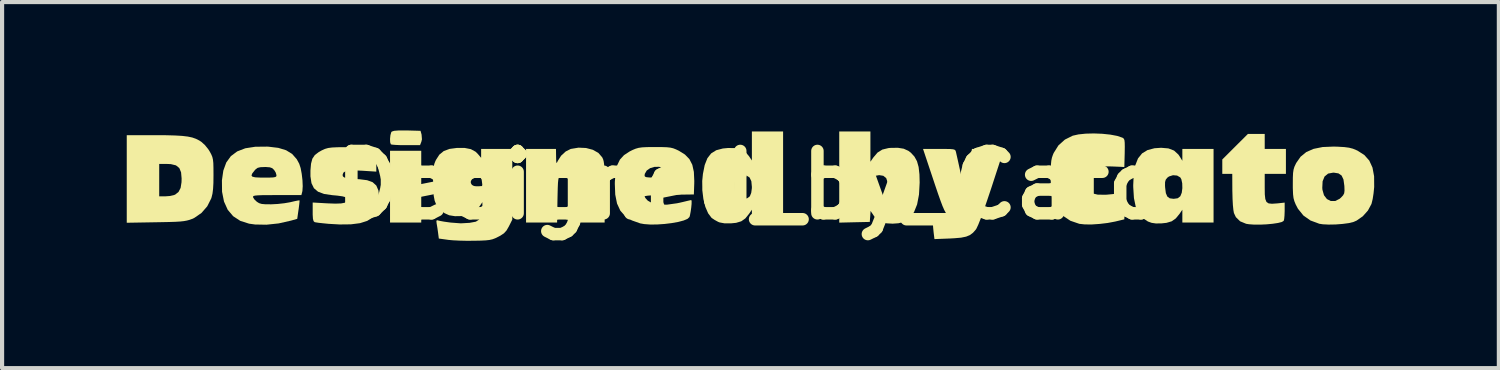
<source format=kicad_pcb>
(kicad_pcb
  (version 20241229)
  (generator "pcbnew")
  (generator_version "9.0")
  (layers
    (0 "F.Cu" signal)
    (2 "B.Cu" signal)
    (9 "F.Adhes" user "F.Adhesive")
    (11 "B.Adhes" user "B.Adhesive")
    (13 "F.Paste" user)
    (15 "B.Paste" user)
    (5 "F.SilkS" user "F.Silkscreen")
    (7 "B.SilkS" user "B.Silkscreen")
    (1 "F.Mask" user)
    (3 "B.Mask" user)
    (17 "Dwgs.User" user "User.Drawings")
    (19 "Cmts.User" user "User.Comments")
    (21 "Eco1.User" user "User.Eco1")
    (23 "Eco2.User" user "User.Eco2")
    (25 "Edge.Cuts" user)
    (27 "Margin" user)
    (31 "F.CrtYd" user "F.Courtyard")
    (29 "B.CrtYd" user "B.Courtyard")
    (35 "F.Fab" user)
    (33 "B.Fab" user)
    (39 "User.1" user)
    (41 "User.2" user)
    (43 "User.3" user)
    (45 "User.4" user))
  (footprint "Designed_by_Cato"
    (layer "F.Cu")
    (at 15.012 1.404)
    (property "Reference" "Designed_by_Cato" (at 0 0 0) (layer "F.SilkS") (effects (font (size 1.5 1.5) (thickness 0.3))))
    (attr board_only exclude_from_pos_files exclude_from_bom)
    (fp_poly (pts (xy -7.926 0.038) (xy -7.926 0.901) (xy -8.302 0.901) (xy -8.677 0.901) (xy -8.677 0.038) (xy -8.677 -0.826) (xy -8.302 -0.826) (xy -7.926 -0.826)) (stroke (width 0) (type solid)) (fill yes) (layer "F.SilkS"))
    (fp_poly (pts (xy -8.268 -1.315) (xy -7.943 -1.306) (xy -7.918 -1.216) (xy -7.909 -1.101) (xy -7.923 -1.043) (xy -7.955 -0.961) (xy -8.296 -0.961) (xy -8.433 -0.962) (xy -8.548 -0.967) (xy -8.627 -0.974) (xy -8.657 -0.981) (xy -8.674 -1.03) (xy -8.677 -1.112) (xy -8.668 -1.2) (xy -8.649 -1.269) (xy -8.635 -1.288) (xy -8.579 -1.306) (xy -8.466 -1.315) (xy -8.297 -1.315)) (stroke (width 0) (type solid)) (fill yes) (layer "F.SilkS"))
    (fp_poly (pts (xy 12.37 -1.051) (xy 12.37 -0.871) (xy 12.625 -0.871) (xy 12.88 -0.871) (xy 12.88 -0.57) (xy 12.88 -0.27) (xy 12.625 -0.27) (xy 12.37 -0.27) (xy 12.37 0.059) (xy 12.372 0.223) (xy 12.384 0.335) (xy 12.412 0.405) (xy 12.463 0.44) (xy 12.543 0.449) (xy 12.661 0.441) (xy 12.675 0.44) (xy 12.85 0.421) (xy 12.85 0.623) (xy 12.846 0.732) (xy 12.838 0.818) (xy 12.826 0.861) (xy 12.781 0.888) (xy 12.689 0.911) (xy 12.563 0.93) (xy 12.417 0.944) (xy 12.265 0.951) (xy 12.119 0.951) (xy 11.993 0.942) (xy 11.923 0.931) (xy 11.778 0.871) (xy 11.676 0.771) (xy 11.629 0.672) (xy 11.616 0.599) (xy 11.604 0.48) (xy 11.596 0.332) (xy 11.592 0.171) (xy 11.591 0.143) (xy 11.589 -0.27) (xy 11.469 -0.27) (xy 11.349 -0.27) (xy 11.349 -0.443) (xy 11.349 -0.617) (xy 11.657 -0.924) (xy 11.965 -1.231) (xy 12.168 -1.231) (xy 12.37 -1.231)) (stroke (width 0) (type solid)) (fill yes) (layer "F.SilkS"))
    (fp_poly (pts (xy -3.961 -0.893) (xy -3.798 -0.85) (xy -3.664 -0.775) (xy -3.573 -0.67) (xy -3.568 -0.661) (xy -3.55 -0.622) (xy -3.537 -0.575) (xy -3.527 -0.512) (xy -3.52 -0.425) (xy -3.516 -0.305) (xy -3.514 -0.145) (xy -3.513 0.064) (xy -3.513 0.172) (xy -3.513 0.901) (xy -3.888 0.901) (xy -4.263 0.901) (xy -4.263 0.382) (xy -4.264 0.184) (xy -4.268 0.037) (xy -4.274 -0.068) (xy -4.285 -0.139) (xy -4.299 -0.185) (xy -4.31 -0.203) (xy -4.38 -0.257) (xy -4.474 -0.268) (xy -4.568 -0.236) (xy -4.58 -0.228) (xy -4.601 -0.208) (xy -4.617 -0.178) (xy -4.628 -0.129) (xy -4.636 -0.052) (xy -4.641 0.061) (xy -4.645 0.219) (xy -4.648 0.358) (xy -4.657 0.901) (xy -5.031 0.901) (xy -5.404 0.901) (xy -5.404 0.015) (xy -5.404 -0.871) (xy -5.044 -0.871) (xy -4.684 -0.871) (xy -4.681 -0.683) (xy -4.679 -0.584) (xy -4.674 -0.537) (xy -4.663 -0.536) (xy -4.644 -0.573) (xy -4.641 -0.581) (xy -4.56 -0.708) (xy -4.449 -0.81) (xy -4.329 -0.87) (xy -4.142 -0.901)) (stroke (width 0) (type solid)) (fill yes) (layer "F.SilkS"))
    (fp_poly (pts (xy -14.063 -1.2) (xy -13.849 -1.194) (xy -13.679 -1.184) (xy -13.544 -1.168) (xy -13.435 -1.145) (xy -13.345 -1.113) (xy -13.265 -1.072) (xy -13.215 -1.039) (xy -13.133 -0.965) (xy -13.051 -0.864) (xy -13.012 -0.802) (xy -12.977 -0.736) (xy -12.953 -0.678) (xy -12.938 -0.614) (xy -12.929 -0.531) (xy -12.926 -0.417) (xy -12.925 -0.256) (xy -12.925 -0.24) (xy -12.927 -0.05) (xy -12.935 0.093) (xy -12.949 0.204) (xy -12.971 0.294) (xy -12.979 0.32) (xy -13.075 0.51) (xy -13.213 0.669) (xy -13.383 0.787) (xy -13.444 0.815) (xy -13.504 0.837) (xy -13.565 0.853) (xy -13.635 0.866) (xy -13.724 0.876) (xy -13.841 0.883) (xy -13.996 0.888) (xy -14.197 0.892) (xy -14.314 0.894) (xy -15.012 0.906) (xy -15.012 -0.147) (xy -15.012 -0.51) (xy -14.231 -0.51) (xy -14.231 -0.12) (xy -14.231 0.27) (xy -14.08 0.27) (xy -13.972 0.262) (xy -13.876 0.24) (xy -13.845 0.227) (xy -13.766 0.164) (xy -13.716 0.068) (xy -13.694 -0.071) (xy -13.692 -0.159) (xy -13.705 -0.308) (xy -13.748 -0.411) (xy -13.828 -0.475) (xy -13.951 -0.505) (xy -14.064 -0.51) (xy -14.231 -0.51) (xy -15.012 -0.51) (xy -15.012 -1.201) (xy -14.328 -1.201)) (stroke (width 0) (type solid)) (fill yes) (layer "F.SilkS"))
    (fp_poly (pts (xy 0.781 -0.195) (xy 0.781 0.901) (xy 0.405 0.901) (xy 0.03 0.901) (xy 0.03 0.746) (xy 0.03 0.592) (xy -0.038 0.691) (xy -0.127 0.801) (xy -0.226 0.871) (xy -0.35 0.908) (xy -0.47 0.92) (xy -0.629 0.92) (xy -0.747 0.898) (xy -0.78 0.885) (xy -0.866 0.839) (xy -0.936 0.791) (xy -0.941 0.787) (xy -1.023 0.678) (xy -1.09 0.523) (xy -1.137 0.334) (xy -1.163 0.122) (xy -1.163 0.045) (xy -0.39 0.045) (xy -0.377 0.184) (xy -0.334 0.274) (xy -0.258 0.321) (xy -0.18 0.33) (xy -0.085 0.318) (xy -0.025 0.275) (xy -0.017 0.264) (xy 0.014 0.187) (xy 0.029 0.078) (xy 0.03 0.045) (xy 0.017 -0.094) (xy -0.026 -0.184) (xy -0.102 -0.231) (xy -0.18 -0.24) (xy -0.283 -0.222) (xy -0.349 -0.164) (xy -0.383 -0.061) (xy -0.39 0.045) (xy -1.163 0.045) (xy -1.165 -0.099) (xy -1.148 -0.269) (xy -1.105 -0.484) (xy -1.041 -0.646) (xy -0.951 -0.762) (xy -0.828 -0.839) (xy -0.668 -0.881) (xy -0.543 -0.893) (xy -0.363 -0.89) (xy -0.226 -0.857) (xy -0.119 -0.79) (xy -0.038 -0.694) (xy 0.03 -0.592) (xy 0.03 -0.941) (xy 0.03 -1.291) (xy 0.405 -1.291) (xy 0.781 -1.291)) (stroke (width 0) (type solid)) (fill yes) (layer "F.SilkS"))
    (fp_poly (pts (xy 2.882 -0.926) (xy 2.882 -0.562) (xy 2.95 -0.661) (xy 3.052 -0.782) (xy 3.169 -0.855) (xy 3.317 -0.891) (xy 3.361 -0.895) (xy 3.542 -0.898) (xy 3.682 -0.876) (xy 3.795 -0.825) (xy 3.857 -0.778) (xy 3.942 -0.685) (xy 4.003 -0.574) (xy 4.042 -0.435) (xy 4.062 -0.257) (xy 4.067 -0.06) (xy 4.051 0.228) (xy 4.006 0.464) (xy 3.931 0.651) (xy 3.826 0.79) (xy 3.689 0.883) (xy 3.672 0.89) (xy 3.559 0.918) (xy 3.417 0.928) (xy 3.273 0.92) (xy 3.153 0.895) (xy 3.133 0.887) (xy 3.055 0.835) (xy 2.98 0.758) (xy 2.962 0.734) (xy 2.886 0.622) (xy 2.877 0.754) (xy 2.867 0.886) (xy 2.499 0.894) (xy 2.132 0.903) (xy 2.132 0.067) (xy 2.878 0.067) (xy 2.884 0.168) (xy 2.905 0.234) (xy 2.95 0.286) (xy 2.96 0.295) (xy 3.057 0.344) (xy 3.159 0.337) (xy 3.24 0.285) (xy 3.266 0.233) (xy 3.288 0.144) (xy 3.296 0.077) (xy 3.295 -0.07) (xy 3.262 -0.168) (xy 3.193 -0.224) (xy 3.092 -0.24) (xy 2.989 -0.221) (xy 2.922 -0.162) (xy 2.886 -0.057) (xy 2.878 0.067) (xy 2.132 0.067) (xy 2.132 -0.194) (xy 2.132 -1.291) (xy 2.507 -1.291) (xy 2.882 -1.291)) (stroke (width 0) (type solid)) (fill yes) (layer "F.SilkS"))
    (fp_poly (pts (xy 10.053 -0.883) (xy 10.188 -0.831) (xy 10.292 -0.736) (xy 10.328 -0.683) (xy 10.388 -0.585) (xy 10.388 -0.728) (xy 10.388 -0.871) (xy 10.763 -0.871) (xy 11.139 -0.871) (xy 11.139 0.015) (xy 11.139 0.901) (xy 10.763 0.901) (xy 10.388 0.901) (xy 10.388 0.746) (xy 10.388 0.592) (xy 10.321 0.691) (xy 10.231 0.801) (xy 10.132 0.871) (xy 10.007 0.908) (xy 9.888 0.921) (xy 9.751 0.923) (xy 9.649 0.908) (xy 9.56 0.876) (xy 9.431 0.792) (xy 9.334 0.673) (xy 9.265 0.515) (xy 9.223 0.312) (xy 9.207 0.059) (xy 9.206 0.018) (xy 9.971 0.018) (xy 9.974 0.061) (xy 9.991 0.193) (xy 10.026 0.275) (xy 10.085 0.318) (xy 10.176 0.33) (xy 10.18 0.33) (xy 10.275 0.317) (xy 10.335 0.272) (xy 10.341 0.264) (xy 10.374 0.183) (xy 10.388 0.073) (xy 10.385 -0.043) (xy 10.364 -0.14) (xy 10.338 -0.185) (xy 10.261 -0.23) (xy 10.163 -0.238) (xy 10.067 -0.208) (xy 10.025 -0.177) (xy 9.988 -0.13) (xy 9.972 -0.072) (xy 9.971 0.018) (xy 9.206 0.018) (xy 9.206 0) (xy 9.218 -0.265) (xy 9.256 -0.477) (xy 9.321 -0.642) (xy 9.419 -0.763) (xy 9.55 -0.843) (xy 9.718 -0.887) (xy 9.878 -0.898)) (stroke (width 0) (type solid)) (fill yes) (layer "F.SilkS"))
    (fp_poly (pts (xy 8.461 -1.235) (xy 8.653 -1.215) (xy 8.819 -1.184) (xy 8.943 -1.142) (xy 8.956 -1.136) (xy 8.979 -1.117) (xy 8.994 -1.083) (xy 9.001 -1.023) (xy 9.003 -0.926) (xy 9.001 -0.78) (xy 9.001 -0.772) (xy 8.992 -0.435) (xy 8.902 -0.44) (xy 8.685 -0.449) (xy 8.495 -0.451) (xy 8.342 -0.445) (xy 8.235 -0.432) (xy 8.192 -0.42) (xy 8.105 -0.349) (xy 8.057 -0.232) (xy 8.046 -0.117) (xy 8.064 0.025) (xy 8.118 0.129) (xy 8.214 0.197) (xy 8.354 0.23) (xy 8.542 0.232) (xy 8.584 0.229) (xy 8.71 0.217) (xy 8.827 0.203) (xy 8.908 0.192) (xy 8.911 0.191) (xy 9.009 0.173) (xy 9.001 0.499) (xy 8.992 0.824) (xy 8.767 0.878) (xy 8.591 0.911) (xy 8.399 0.934) (xy 8.21 0.947) (xy 8.041 0.946) (xy 7.911 0.932) (xy 7.907 0.931) (xy 7.694 0.858) (xy 7.513 0.737) (xy 7.37 0.575) (xy 7.277 0.387) (xy 7.252 0.303) (xy 7.236 0.208) (xy 7.226 0.088) (xy 7.222 -0.069) (xy 7.221 -0.195) (xy 7.222 -0.368) (xy 7.226 -0.495) (xy 7.235 -0.588) (xy 7.25 -0.661) (xy 7.273 -0.728) (xy 7.292 -0.773) (xy 7.406 -0.955) (xy 7.562 -1.095) (xy 7.75 -1.189) (xy 7.888 -1.22) (xy 8.063 -1.238) (xy 8.259 -1.243)) (stroke (width 0) (type solid)) (fill yes) (layer "F.SilkS"))
    (fp_poly (pts (xy -9.682 -0.911) (xy -9.498 -0.905) (xy -9.33 -0.896) (xy -9.27 -0.891) (xy -9.007 -0.865) (xy -9.007 -0.595) (xy -9.007 -0.324) (xy -9.348 -0.346) (xy -9.532 -0.354) (xy -9.665 -0.349) (xy -9.751 -0.332) (xy -9.8 -0.299) (xy -9.817 -0.25) (xy -9.818 -0.24) (xy -9.81 -0.209) (xy -9.779 -0.185) (xy -9.718 -0.168) (xy -9.618 -0.155) (xy -9.468 -0.144) (xy -9.412 -0.141) (xy -9.229 -0.118) (xy -9.096 -0.07) (xy -9.007 0.011) (xy -8.956 0.13) (xy -8.938 0.295) (xy -8.938 0.345) (xy -8.955 0.521) (xy -9.007 0.665) (xy -9.096 0.778) (xy -9.226 0.861) (xy -9.399 0.916) (xy -9.619 0.944) (xy -9.889 0.947) (xy -10.155 0.932) (xy -10.285 0.919) (xy -10.396 0.907) (xy -10.472 0.895) (xy -10.493 0.89) (xy -10.517 0.866) (xy -10.532 0.81) (xy -10.538 0.71) (xy -10.538 0.646) (xy -10.538 0.419) (xy -10.184 0.439) (xy -9.992 0.446) (xy -9.853 0.441) (xy -9.762 0.423) (xy -9.712 0.391) (xy -9.698 0.347) (xy -9.709 0.315) (xy -9.748 0.29) (xy -9.824 0.27) (xy -9.946 0.253) (xy -10.067 0.242) (xy -10.264 0.213) (xy -10.409 0.159) (xy -10.508 0.075) (xy -10.567 -0.046) (xy -10.592 -0.211) (xy -10.592 -0.351) (xy -10.578 -0.515) (xy -10.546 -0.635) (xy -10.486 -0.724) (xy -10.39 -0.797) (xy -10.317 -0.837) (xy -10.242 -0.871) (xy -10.165 -0.893) (xy -10.071 -0.905) (xy -9.943 -0.911) (xy -9.853 -0.912)) (stroke (width 0) (type solid)) (fill yes) (layer "F.SilkS"))
    (fp_poly (pts (xy 14.13 -0.924) (xy 14.285 -0.915) (xy 14.399 -0.9) (xy 14.492 -0.876) (xy 14.583 -0.838) (xy 14.606 -0.827) (xy 14.767 -0.724) (xy 14.886 -0.59) (xy 14.963 -0.422) (xy 15.002 -0.213) (xy 15.004 0.039) (xy 15.003 0.056) (xy 14.989 0.197) (xy 14.968 0.334) (xy 14.942 0.441) (xy 14.937 0.457) (xy 14.854 0.611) (xy 14.73 0.75) (xy 14.581 0.854) (xy 14.508 0.886) (xy 14.396 0.914) (xy 14.246 0.934) (xy 14.078 0.947) (xy 13.911 0.95) (xy 13.768 0.943) (xy 13.683 0.93) (xy 13.47 0.851) (xy 13.301 0.732) (xy 13.169 0.568) (xy 13.115 0.465) (xy 13.084 0.389) (xy 13.063 0.313) (xy 13.052 0.221) (xy 13.047 0.097) (xy 13.046 0.067) (xy 13.755 0.067) (xy 13.759 0.113) (xy 13.796 0.244) (xy 13.867 0.336) (xy 13.96 0.383) (xy 14.066 0.383) (xy 14.173 0.329) (xy 14.207 0.299) (xy 14.256 0.246) (xy 14.282 0.197) (xy 14.29 0.133) (xy 14.287 0.033) (xy 14.285 0.01) (xy 14.265 -0.135) (xy 14.22 -0.23) (xy 14.144 -0.282) (xy 14.031 -0.3) (xy 14.018 -0.3) (xy 13.895 -0.277) (xy 13.81 -0.207) (xy 13.763 -0.092) (xy 13.755 0.067) (xy 13.046 0.067) (xy 13.046 -0.03) (xy 13.047 -0.183) (xy 13.052 -0.292) (xy 13.064 -0.373) (xy 13.084 -0.44) (xy 13.117 -0.51) (xy 13.129 -0.534) (xy 13.233 -0.683) (xy 13.37 -0.795) (xy 13.546 -0.872) (xy 13.764 -0.916) (xy 14.029 -0.927)) (stroke (width 0) (type solid)) (fill yes) (layer "F.SilkS"))
    (fp_poly (pts (xy 4.694 -0.87) (xy 4.803 -0.868) (xy 4.871 -0.862) (xy 4.91 -0.85) (xy 4.929 -0.832) (xy 4.938 -0.805) (xy 4.939 -0.803) (xy 4.991 -0.573) (xy 5.036 -0.368) (xy 5.07 -0.196) (xy 5.093 -0.064) (xy 5.104 0.019) (xy 5.104 0.03) (xy 5.112 0.091) (xy 5.133 0.106) (xy 5.134 0.105) (xy 5.158 0.063) (xy 5.163 0.021) (xy 5.169 -0.032) (xy 5.184 -0.131) (xy 5.207 -0.262) (xy 5.236 -0.414) (xy 5.244 -0.458) (xy 5.326 -0.871) (xy 5.71 -0.871) (xy 5.854 -0.87) (xy 5.974 -0.869) (xy 6.057 -0.866) (xy 6.094 -0.864) (xy 6.094 -0.863) (xy 6.085 -0.834) (xy 6.06 -0.754) (xy 6.02 -0.632) (xy 5.968 -0.472) (xy 5.906 -0.283) (xy 5.837 -0.071) (xy 5.796 0.055) (xy 5.696 0.353) (xy 5.61 0.603) (xy 5.537 0.803) (xy 5.478 0.951) (xy 5.435 1.043) (xy 5.419 1.069) (xy 5.351 1.146) (xy 5.277 1.202) (xy 5.185 1.24) (xy 5.062 1.265) (xy 4.898 1.279) (xy 4.786 1.285) (xy 4.423 1.299) (xy 4.403 1.137) (xy 4.392 1.028) (xy 4.385 0.931) (xy 4.384 0.893) (xy 4.383 0.811) (xy 4.631 0.809) (xy 4.751 0.808) (xy 4.818 0.805) (xy 4.841 0.796) (xy 4.828 0.781) (xy 4.797 0.764) (xy 4.759 0.74) (xy 4.726 0.709) (xy 4.693 0.662) (xy 4.657 0.595) (xy 4.616 0.501) (xy 4.568 0.373) (xy 4.508 0.204) (xy 4.435 -0.011) (xy 4.381 -0.173) (xy 4.148 -0.871) (xy 4.535 -0.871)) (stroke (width 0) (type solid)) (fill yes) (layer "F.SilkS"))
    (fp_poly (pts (xy -11.599 -0.924) (xy -11.365 -0.896) (xy -11.178 -0.839) (xy -11.033 -0.75) (xy -10.922 -0.624) (xy -10.862 -0.514) (xy -10.828 -0.41) (xy -10.802 -0.271) (xy -10.784 -0.118) (xy -10.778 0.026) (xy -10.785 0.14) (xy -10.79 0.162) (xy -10.81 0.24) (xy -11.397 0.24) (xy -11.599 0.241) (xy -11.749 0.242) (xy -11.854 0.246) (xy -11.921 0.252) (xy -11.959 0.261) (xy -11.973 0.275) (xy -11.974 0.29) (xy -11.945 0.34) (xy -11.886 0.397) (xy -11.88 0.402) (xy -11.828 0.434) (xy -11.767 0.453) (xy -11.681 0.461) (xy -11.552 0.462) (xy -11.534 0.462) (xy -11.381 0.454) (xy -11.218 0.436) (xy -11.079 0.412) (xy -11.067 0.409) (xy -10.964 0.385) (xy -10.888 0.37) (xy -10.854 0.367) (xy -10.854 0.367) (xy -10.855 0.399) (xy -10.863 0.474) (xy -10.876 0.578) (xy -10.879 0.594) (xy -10.91 0.812) (xy -11.062 0.855) (xy -11.358 0.922) (xy -11.651 0.953) (xy -11.924 0.948) (xy -12.069 0.928) (xy -12.281 0.86) (xy -12.452 0.748) (xy -12.583 0.593) (xy -12.672 0.396) (xy -12.719 0.16) (xy -12.722 -0.113) (xy -12.705 -0.233) (xy -12.011 -0.233) (xy -11.989 -0.203) (xy -11.921 -0.187) (xy -11.802 -0.181) (xy -11.709 -0.18) (xy -11.572 -0.181) (xy -11.485 -0.185) (xy -11.435 -0.195) (xy -11.414 -0.211) (xy -11.409 -0.237) (xy -11.427 -0.301) (xy -11.466 -0.364) (xy -11.511 -0.407) (xy -11.569 -0.428) (xy -11.661 -0.435) (xy -11.694 -0.435) (xy -11.797 -0.431) (xy -11.863 -0.415) (xy -11.913 -0.378) (xy -11.937 -0.351) (xy -11.992 -0.281) (xy -12.011 -0.233) (xy -12.705 -0.233) (xy -12.688 -0.35) (xy -12.617 -0.545) (xy -12.506 -0.698) (xy -12.354 -0.811) (xy -12.159 -0.886) (xy -11.919 -0.923) (xy -11.631 -0.926)) (stroke (width 0) (type solid)) (fill yes) (layer "F.SilkS"))
    (fp_poly (pts (xy -2.135 -0.915) (xy -2.018 -0.911) (xy -1.933 -0.902) (xy -1.864 -0.886) (xy -1.797 -0.86) (xy -1.726 -0.826) (xy -1.58 -0.735) (xy -1.474 -0.626) (xy -1.404 -0.49) (xy -1.366 -0.318) (xy -1.356 -0.1) (xy -1.357 -0.037) (xy -1.366 0.225) (xy -1.959 0.233) (xy -2.182 0.238) (xy -2.356 0.245) (xy -2.476 0.254) (xy -2.541 0.265) (xy -2.552 0.272) (xy -2.532 0.312) (xy -2.482 0.367) (xy -2.475 0.374) (xy -2.364 0.438) (xy -2.206 0.47) (xy -2.007 0.47) (xy -1.77 0.437) (xy -1.617 0.403) (xy -1.522 0.38) (xy -1.452 0.364) (xy -1.427 0.36) (xy -1.42 0.387) (xy -1.421 0.455) (xy -1.43 0.546) (xy -1.444 0.642) (xy -1.46 0.727) (xy -1.472 0.768) (xy -1.517 0.811) (xy -1.61 0.851) (xy -1.741 0.886) (xy -1.898 0.914) (xy -2.07 0.935) (xy -2.245 0.947) (xy -2.413 0.949) (xy -2.561 0.938) (xy -2.657 0.921) (xy -2.86 0.849) (xy -3.019 0.748) (xy -3.136 0.614) (xy -3.215 0.443) (xy -3.258 0.228) (xy -3.268 -0.032) (xy -3.267 -0.086) (xy -3.255 -0.227) (xy -2.552 -0.227) (xy -2.543 -0.205) (xy -2.51 -0.191) (xy -2.443 -0.184) (xy -2.332 -0.18) (xy -2.252 -0.18) (xy -2.109 -0.182) (xy -2.017 -0.188) (xy -1.968 -0.2) (xy -1.952 -0.219) (xy -1.952 -0.221) (xy -1.969 -0.272) (xy -2.011 -0.338) (xy -2.013 -0.34) (xy -2.096 -0.408) (xy -2.201 -0.44) (xy -2.313 -0.439) (xy -2.418 -0.408) (xy -2.5 -0.351) (xy -2.547 -0.27) (xy -2.552 -0.227) (xy -3.255 -0.227) (xy -3.249 -0.307) (xy -3.21 -0.479) (xy -3.145 -0.614) (xy -3.047 -0.721) (xy -2.911 -0.81) (xy -2.837 -0.847) (xy -2.767 -0.876) (xy -2.697 -0.896) (xy -2.614 -0.908) (xy -2.503 -0.914) (xy -2.35 -0.916) (xy -2.297 -0.916)) (stroke (width 0) (type solid)) (fill yes) (layer "F.SilkS"))
    (fp_poly (pts (xy -6.732 -0.865) (xy -6.618 -0.803) (xy -6.561 -0.746) (xy -6.485 -0.656) (xy -6.485 -0.763) (xy -6.485 -0.871) (xy -6.11 -0.871) (xy -5.735 -0.871) (xy -5.735 -0.02) (xy -5.735 0.83) (xy -5.817 0.993) (xy -5.874 1.092) (xy -5.936 1.16) (xy -6.024 1.218) (xy -6.074 1.244) (xy -6.148 1.28) (xy -6.213 1.304) (xy -6.284 1.32) (xy -6.374 1.33) (xy -6.498 1.336) (xy -6.659 1.339) (xy -6.834 1.34) (xy -7.01 1.336) (xy -7.166 1.328) (xy -7.283 1.317) (xy -7.287 1.316) (xy -7.503 1.286) (xy -7.521 1.146) (xy -7.536 1.039) (xy -7.552 0.943) (xy -7.556 0.919) (xy -7.562 0.859) (xy -7.544 0.845) (xy -7.524 0.85) (xy -7.473 0.862) (xy -7.38 0.879) (xy -7.26 0.896) (xy -7.213 0.902) (xy -6.974 0.92) (xy -6.762 0.908) (xy -6.612 0.88) (xy -6.538 0.833) (xy -6.485 0.74) (xy -6.458 0.611) (xy -6.455 0.552) (xy -6.455 0.411) (xy -6.523 0.511) (xy -6.625 0.632) (xy -6.741 0.705) (xy -6.89 0.741) (xy -6.934 0.745) (xy -7.114 0.748) (xy -7.253 0.726) (xy -7.366 0.675) (xy -7.433 0.625) (xy -7.51 0.548) (xy -7.566 0.469) (xy -7.603 0.375) (xy -7.626 0.254) (xy -7.637 0.095) (xy -7.639 -0.028) (xy -6.905 -0.028) (xy -6.893 0.114) (xy -6.855 0.209) (xy -6.787 0.265) (xy -6.776 0.27) (xy -6.708 0.294) (xy -6.658 0.292) (xy -6.593 0.266) (xy -6.52 0.203) (xy -6.474 0.103) (xy -6.457 -0.015) (xy -6.472 -0.131) (xy -6.517 -0.221) (xy -6.591 -0.284) (xy -6.682 -0.3) (xy -6.793 -0.279) (xy -6.866 -0.214) (xy -6.901 -0.103) (xy -6.905 -0.028) (xy -7.639 -0.028) (xy -7.639 -0.075) (xy -7.639 -0.241) (xy -7.635 -0.36) (xy -7.626 -0.447) (xy -7.61 -0.515) (xy -7.585 -0.578) (xy -7.571 -0.607) (xy -7.49 -0.733) (xy -7.385 -0.819) (xy -7.245 -0.871) (xy -7.071 -0.894) (xy -6.879 -0.894)) (stroke (width 0) (type solid)) (fill yes) (layer "F.SilkS")))
  (gr_rect
    (start -3 -3)
    (end 33.016 5.808)
    (stroke (width 0.1) (type default))
    (fill no)
    (layer "Edge.Cuts")))
</source>
